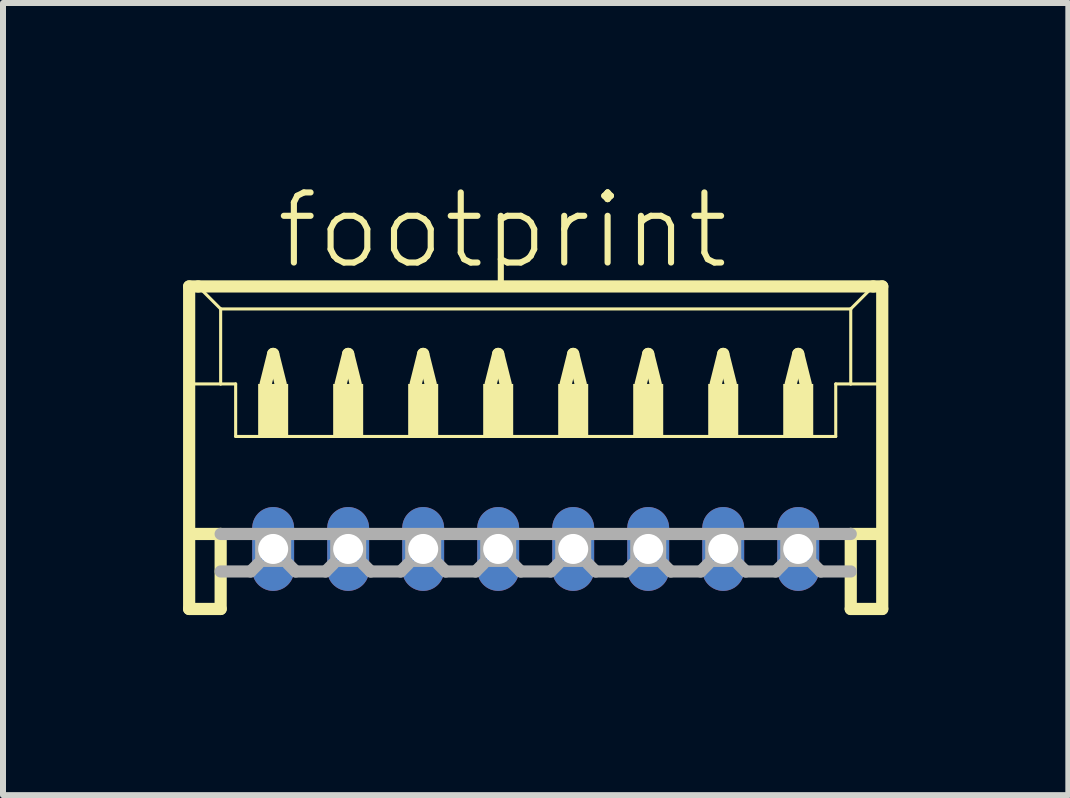
<source format=kicad_pcb>
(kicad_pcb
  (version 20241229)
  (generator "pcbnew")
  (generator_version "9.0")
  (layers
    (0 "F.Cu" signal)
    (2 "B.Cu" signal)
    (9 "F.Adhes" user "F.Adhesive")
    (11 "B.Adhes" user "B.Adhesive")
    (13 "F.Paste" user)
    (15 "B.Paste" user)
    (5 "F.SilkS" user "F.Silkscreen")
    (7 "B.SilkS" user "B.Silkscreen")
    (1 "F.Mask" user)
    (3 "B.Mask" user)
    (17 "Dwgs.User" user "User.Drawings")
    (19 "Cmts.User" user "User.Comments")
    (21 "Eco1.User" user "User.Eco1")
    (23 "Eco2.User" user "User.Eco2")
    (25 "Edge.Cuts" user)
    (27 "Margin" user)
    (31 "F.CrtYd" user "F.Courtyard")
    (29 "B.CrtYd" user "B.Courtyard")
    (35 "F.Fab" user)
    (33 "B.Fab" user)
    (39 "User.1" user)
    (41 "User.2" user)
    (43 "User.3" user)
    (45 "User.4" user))
  (footprint "footprint"
    (layer "F.Cu")
    (at 5.877 4.848)
    (property "Reference" "footprint" (at -4.375 -3.375 0) (layer "F.SilkS") (effects (font (size 1.168 1.168) (thickness 0.102)) (justify left bottom)))
    (fp_line (start -5.775 -3.125) (end -5.775 2.25) (stroke (width 0.203) (type solid)) (layer "F.SilkS"))
    (fp_line (start -5.775 2.25) (end -5.25 2.25) (stroke (width 0.203) (type solid)) (layer "F.SilkS"))
    (fp_line (start -5.75 -1.5) (end -5.25 -1.5) (stroke (width 0.051) (type solid)) (layer "F.SilkS"))
    (fp_line (start -5.75 1) (end -5.25 1) (stroke (width 0.203) (type solid)) (layer "F.SilkS"))
    (fp_line (start -5.625 -3.125) (end -5.775 -3.125) (stroke (width 0.203) (type solid)) (layer "F.SilkS"))
    (fp_line (start -5.25 -2.75) (end -5.625 -3.125) (stroke (width 0.051) (type solid)) (layer "F.SilkS"))
    (fp_line (start -5.25 -2.75) (end 5.25 -2.75) (stroke (width 0.051) (type solid)) (layer "F.SilkS"))
    (fp_line (start -5.25 -1.5) (end -5.25 -2.75) (stroke (width 0.051) (type solid)) (layer "F.SilkS"))
    (fp_line (start -5.25 -1.5) (end -5 -1.5) (stroke (width 0.051) (type solid)) (layer "F.SilkS"))
    (fp_line (start -5.25 1) (end -5.25 2.25) (stroke (width 0.203) (type solid)) (layer "F.SilkS"))
    (fp_line (start -5 -1.5) (end -5 -0.625) (stroke (width 0.051) (type solid)) (layer "F.SilkS"))
    (fp_line (start -5 -0.625) (end 5 -0.625) (stroke (width 0.051) (type solid)) (layer "F.SilkS"))
    (fp_line (start -4.5 -1.5) (end -4.375 -2) (stroke (width 0.203) (type solid)) (layer "F.SilkS"))
    (fp_line (start -4.375 -2) (end -4.25 -1.5) (stroke (width 0.203) (type solid)) (layer "F.SilkS"))
    (fp_line (start -3.25 -1.5) (end -3.125 -2) (stroke (width 0.203) (type solid)) (layer "F.SilkS"))
    (fp_line (start -3.125 -2) (end -3 -1.5) (stroke (width 0.203) (type solid)) (layer "F.SilkS"))
    (fp_line (start -2 -1.5) (end -1.875 -2) (stroke (width 0.203) (type solid)) (layer "F.SilkS"))
    (fp_line (start -1.875 -2) (end -1.75 -1.5) (stroke (width 0.203) (type solid)) (layer "F.SilkS"))
    (fp_line (start -0.75 -1.5) (end -0.625 -2) (stroke (width 0.203) (type solid)) (layer "F.SilkS"))
    (fp_line (start -0.625 -2) (end -0.5 -1.5) (stroke (width 0.203) (type solid)) (layer "F.SilkS"))
    (fp_line (start 0.5 -1.5) (end 0.625 -2) (stroke (width 0.203) (type solid)) (layer "F.SilkS"))
    (fp_line (start 0.625 -2) (end 0.75 -1.5) (stroke (width 0.203) (type solid)) (layer "F.SilkS"))
    (fp_line (start 1.75 -1.5) (end 1.875 -2) (stroke (width 0.203) (type solid)) (layer "F.SilkS"))
    (fp_line (start 1.875 -2) (end 2 -1.5) (stroke (width 0.203) (type solid)) (layer "F.SilkS"))
    (fp_line (start 3 -1.5) (end 3.125 -2) (stroke (width 0.203) (type solid)) (layer "F.SilkS"))
    (fp_line (start 3.125 -2) (end 3.25 -1.5) (stroke (width 0.203) (type solid)) (layer "F.SilkS"))
    (fp_line (start 4.25 -1.5) (end 4.375 -2) (stroke (width 0.203) (type solid)) (layer "F.SilkS"))
    (fp_line (start 4.375 -2) (end 4.5 -1.5) (stroke (width 0.203) (type solid)) (layer "F.SilkS"))
    (fp_line (start 5 -1.5) (end 5 -0.625) (stroke (width 0.051) (type solid)) (layer "F.SilkS"))
    (fp_line (start 5 -1.5) (end 5.25 -1.5) (stroke (width 0.051) (type solid)) (layer "F.SilkS"))
    (fp_line (start 5.25 -2.75) (end 5.25 -1.5) (stroke (width 0.051) (type solid)) (layer "F.SilkS"))
    (fp_line (start 5.25 -2.75) (end 5.625 -3.125) (stroke (width 0.051) (type solid)) (layer "F.SilkS"))
    (fp_line (start 5.25 -1.5) (end 5.75 -1.5) (stroke (width 0.051) (type solid)) (layer "F.SilkS"))
    (fp_line (start 5.25 1) (end 5.25 2.25) (stroke (width 0.203) (type solid)) (layer "F.SilkS"))
    (fp_line (start 5.25 1) (end 5.75 1) (stroke (width 0.203) (type solid)) (layer "F.SilkS"))
    (fp_line (start 5.25 2.25) (end 5.775 2.25) (stroke (width 0.203) (type solid)) (layer "F.SilkS"))
    (fp_line (start 5.625 -3.125) (end -5.625 -3.125) (stroke (width 0.203) (type solid)) (layer "F.SilkS"))
    (fp_line (start 5.775 -3.125) (end 5.625 -3.125) (stroke (width 0.203) (type solid)) (layer "F.SilkS"))
    (fp_line (start 5.775 2.25) (end 5.775 -3.125) (stroke (width 0.203) (type solid)) (layer "F.SilkS"))
    (fp_poly (pts (xy -4.625 -0.625) (xy -4.125 -0.625) (xy -4.125 -1.5) (xy -4.625 -1.5)) (stroke (width 0) (type solid)) (fill yes) (layer "F.SilkS"))
    (fp_poly (pts (xy -3.375 -0.625) (xy -2.875 -0.625) (xy -2.875 -1.5) (xy -3.375 -1.5)) (stroke (width 0) (type solid)) (fill yes) (layer "F.SilkS"))
    (fp_poly (pts (xy -2.125 -0.625) (xy -1.625 -0.625) (xy -1.625 -1.5) (xy -2.125 -1.5)) (stroke (width 0) (type solid)) (fill yes) (layer "F.SilkS"))
    (fp_poly (pts (xy -0.875 -0.625) (xy -0.375 -0.625) (xy -0.375 -1.5) (xy -0.875 -1.5)) (stroke (width 0) (type solid)) (fill yes) (layer "F.SilkS"))
    (fp_poly (pts (xy 0.375 -0.625) (xy 0.875 -0.625) (xy 0.875 -1.5) (xy 0.375 -1.5)) (stroke (width 0) (type solid)) (fill yes) (layer "F.SilkS"))
    (fp_poly (pts (xy 1.625 -0.625) (xy 2.125 -0.625) (xy 2.125 -1.5) (xy 1.625 -1.5)) (stroke (width 0) (type solid)) (fill yes) (layer "F.SilkS"))
    (fp_poly (pts (xy 2.875 -0.625) (xy 3.375 -0.625) (xy 3.375 -1.5) (xy 2.875 -1.5)) (stroke (width 0) (type solid)) (fill yes) (layer "F.SilkS"))
    (fp_poly (pts (xy 4.125 -0.625) (xy 4.625 -0.625) (xy 4.625 -1.5) (xy 4.125 -1.5)) (stroke (width 0) (type solid)) (fill yes) (layer "F.SilkS"))
    (fp_line (start -5.25 1) (end 5.25 1) (stroke (width 0.203) (type solid)) (layer "F.Fab"))
    (fp_line (start -4.75 1.625) (end -5.25 1.625) (stroke (width 0.203) (type solid)) (layer "F.Fab"))
    (fp_line (start -4.625 1.5) (end -4.75 1.625) (stroke (width 0.203) (type solid)) (layer "F.Fab"))
    (fp_line (start -4.125 1.5) (end -4 1.625) (stroke (width 0.203) (type solid)) (layer "F.Fab"))
    (fp_line (start -3.5 1.625) (end -4 1.625) (stroke (width 0.203) (type solid)) (layer "F.Fab"))
    (fp_line (start -3.375 1.5) (end -3.5 1.625) (stroke (width 0.203) (type solid)) (layer "F.Fab"))
    (fp_line (start -2.875 1.5) (end -2.75 1.625) (stroke (width 0.203) (type solid)) (layer "F.Fab"))
    (fp_line (start -2.25 1.625) (end -2.75 1.625) (stroke (width 0.203) (type solid)) (layer "F.Fab"))
    (fp_line (start -2.125 1.5) (end -2.25 1.625) (stroke (width 0.203) (type solid)) (layer "F.Fab"))
    (fp_line (start -1.625 1.5) (end -1.5 1.625) (stroke (width 0.203) (type solid)) (layer "F.Fab"))
    (fp_line (start -1 1.625) (end -1.5 1.625) (stroke (width 0.203) (type solid)) (layer "F.Fab"))
    (fp_line (start -0.875 1.5) (end -1 1.625) (stroke (width 0.203) (type solid)) (layer "F.Fab"))
    (fp_line (start -0.375 1.5) (end -0.25 1.625) (stroke (width 0.203) (type solid)) (layer "F.Fab"))
    (fp_line (start 0.25 1.625) (end -0.25 1.625) (stroke (width 0.203) (type solid)) (layer "F.Fab"))
    (fp_line (start 0.375 1.5) (end 0.25 1.625) (stroke (width 0.203) (type solid)) (layer "F.Fab"))
    (fp_line (start 0.875 1.5) (end 1 1.625) (stroke (width 0.203) (type solid)) (layer "F.Fab"))
    (fp_line (start 1.5 1.625) (end 1 1.625) (stroke (width 0.203) (type solid)) (layer "F.Fab"))
    (fp_line (start 1.625 1.5) (end 1.5 1.625) (stroke (width 0.203) (type solid)) (layer "F.Fab"))
    (fp_line (start 2.125 1.5) (end 2.25 1.625) (stroke (width 0.203) (type solid)) (layer "F.Fab"))
    (fp_line (start 2.75 1.625) (end 2.25 1.625) (stroke (width 0.203) (type solid)) (layer "F.Fab"))
    (fp_line (start 2.875 1.5) (end 2.75 1.625) (stroke (width 0.203) (type solid)) (layer "F.Fab"))
    (fp_line (start 3.375 1.5) (end 3.5 1.625) (stroke (width 0.203) (type solid)) (layer "F.Fab"))
    (fp_line (start 4 1.625) (end 3.5 1.625) (stroke (width 0.203) (type solid)) (layer "F.Fab"))
    (fp_line (start 4.125 1.5) (end 4 1.625) (stroke (width 0.203) (type solid)) (layer "F.Fab"))
    (fp_line (start 4.625 1.5) (end 4.75 1.625) (stroke (width 0.203) (type solid)) (layer "F.Fab"))
    (fp_line (start 5.25 1.625) (end 4.75 1.625) (stroke (width 0.203) (type solid)) (layer "F.Fab"))
    (fp_poly (pts (xy -4.625 1.5) (xy -4.125 1.5) (xy -4.125 1) (xy -4.625 1)) (stroke (width 0.1) (type solid)) (fill no) (layer "F.Fab"))
    (fp_poly (pts (xy -3.375 1.5) (xy -2.875 1.5) (xy -2.875 1) (xy -3.375 1)) (stroke (width 0.1) (type solid)) (fill no) (layer "F.Fab"))
    (fp_poly (pts (xy -2.125 1.5) (xy -1.625 1.5) (xy -1.625 1) (xy -2.125 1)) (stroke (width 0.1) (type solid)) (fill no) (layer "F.Fab"))
    (fp_poly (pts (xy -0.875 1.5) (xy -0.375 1.5) (xy -0.375 1) (xy -0.875 1)) (stroke (width 0.1) (type solid)) (fill no) (layer "F.Fab"))
    (fp_poly (pts (xy 0.375 1.5) (xy 0.875 1.5) (xy 0.875 1) (xy 0.375 1)) (stroke (width 0.1) (type solid)) (fill no) (layer "F.Fab"))
    (fp_poly (pts (xy 1.625 1.5) (xy 2.125 1.5) (xy 2.125 1) (xy 1.625 1)) (stroke (width 0.1) (type solid)) (fill no) (layer "F.Fab"))
    (fp_poly (pts (xy 2.875 1.5) (xy 3.375 1.5) (xy 3.375 1) (xy 2.875 1)) (stroke (width 0.1) (type solid)) (fill no) (layer "F.Fab"))
    (fp_poly (pts (xy 4.125 1.5) (xy 4.625 1.5) (xy 4.625 1) (xy 4.125 1)) (stroke (width 0.1) (type solid)) (fill no) (layer "F.Fab"))
    (pad "1" thru_hole oval (at 4.375 1.25 90) (size 1.397 0.698) (drill 0.5) (layers "*.Cu" "*.Mask"))
    (pad "2" thru_hole oval (at 3.125 1.25 90) (size 1.397 0.698) (drill 0.5) (layers "*.Cu" "*.Mask"))
    (pad "3" thru_hole oval (at 1.875 1.25 90) (size 1.397 0.698) (drill 0.5) (layers "*.Cu" "*.Mask"))
    (pad "4" thru_hole oval (at 0.625 1.25 90) (size 1.397 0.698) (drill 0.5) (layers "*.Cu" "*.Mask"))
    (pad "5" thru_hole oval (at -0.625 1.25 90) (size 1.397 0.698) (drill 0.5) (layers "*.Cu" "*.Mask"))
    (pad "6" thru_hole oval (at -1.875 1.25 90) (size 1.397 0.698) (drill 0.5) (layers "*.Cu" "*.Mask"))
    (pad "7" thru_hole oval (at -3.125 1.25 90) (size 1.397 0.698) (drill 0.5) (layers "*.Cu" "*.Mask"))
    (pad "8" thru_hole oval (at -4.375 1.25 90) (size 1.397 0.698) (drill 0.5) (layers "*.Cu" "*.Mask")))
  (gr_rect
    (start -3 -3)
    (end 14.753 10.2)
    (stroke (width 0.1) (type default))
    (fill no)
    (layer "Edge.Cuts")))
</source>
